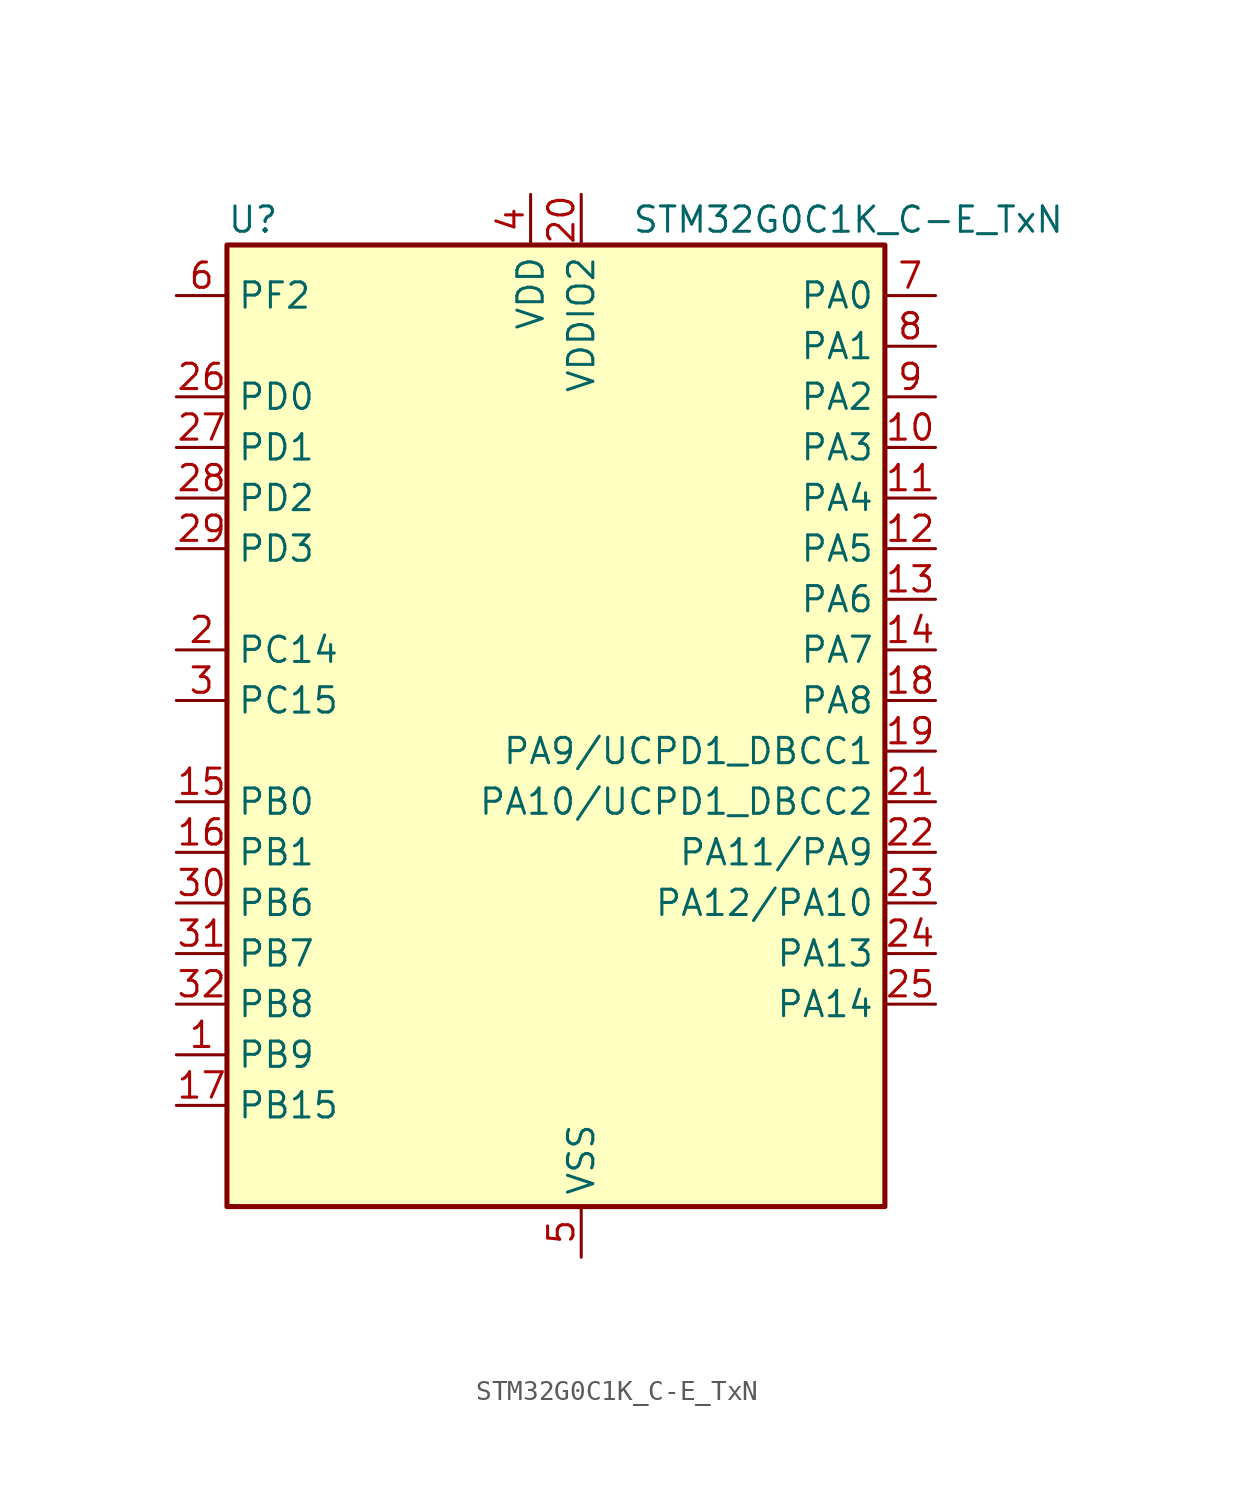
<source format=kicad_sym>
(kicad_symbol_lib
  (version 20211014)
  (generator kicad-library-utils)
  (symbol "STM32G0C1K_C-E_TxN"
    (property "Reference" "U"
      (at -15.24 26.67 0)
      (effects (font (size 1.27 1.27)) (justify left)))
    (property "Value" "STM32G0C1K_C-E_TxN"
      (at 5.08 26.67 0)
      (effects (font (size 1.27 1.27)) (justify left)))
    (property "ki_fp_filters" "LQFP*7x7mm*P0.8mm*"
      (at 0.0 0.0 0.0)
      (effects (font (size 1.27 1.27))))
    (symbol "STM32G0C1K_C-E_TxN_0_1"
      (rectangle (start -15.24 -22.86) (end 17.78 25.4) (stroke (width 0.254)) (fill (type background))))
    (symbol "STM32G0C1K_C-E_TxN_1_1"
      (pin bidirectional line (at -17.78 22.86 0) (length 2.54) (name "PF2" (effects (font (size 1.27 1.27)))) (number "6" (effects (font (size 1.27 1.27)))) (alternate "LPUART2_DE" bidirectional line) (alternate "LPUART2_RTS" bidirectional line) (alternate "LPUART2_TX" bidirectional line) (alternate "RCC_MCO" bidirectional line))
      (pin bidirectional line (at -17.78 17.78 0) (length 2.54) (name "PD0" (effects (font (size 1.27 1.27)))) (number "26" (effects (font (size 1.27 1.27)))) (alternate "FDCAN1_RX" bidirectional line) (alternate "I2S2_WS" bidirectional line) (alternate "SPI2_NSS" bidirectional line) (alternate "TIM16_CH1" bidirectional line) (alternate "UCPD2_CC1" bidirectional line))
      (pin bidirectional line (at -17.78 15.24 0) (length 2.54) (name "PD1" (effects (font (size 1.27 1.27)))) (number "27" (effects (font (size 1.27 1.27)))) (alternate "FDCAN1_TX" bidirectional line) (alternate "I2S2_CK" bidirectional line) (alternate "SPI2_SCK" bidirectional line) (alternate "TIM17_CH1" bidirectional line) (alternate "UCPD2_DBCC1" bidirectional line))
      (pin bidirectional line (at -17.78 12.7 0) (length 2.54) (name "PD2" (effects (font (size 1.27 1.27)))) (number "28" (effects (font (size 1.27 1.27)))) (alternate "TIM1_CH1N" bidirectional line) (alternate "TIM3_ETR" bidirectional line) (alternate "UCPD2_CC2" bidirectional line) (alternate "USART3_CK" bidirectional line) (alternate "USART3_DE" bidirectional line) (alternate "USART3_RTS" bidirectional line) (alternate "USART5_RX" bidirectional line))
      (pin bidirectional line (at -17.78 10.16 0) (length 2.54) (name "PD3" (effects (font (size 1.27 1.27)))) (number "29" (effects (font (size 1.27 1.27)))) (alternate "I2S2_MCK" bidirectional line) (alternate "SPI2_MISO" bidirectional line) (alternate "TIM1_CH2N" bidirectional line) (alternate "UCPD2_DBCC2" bidirectional line) (alternate "USART2_CTS" bidirectional line) (alternate "USART2_NSS" bidirectional line) (alternate "USART5_TX" bidirectional line))
      (pin bidirectional line (at -17.78 5.08 0) (length 2.54) (name "PC14" (effects (font (size 1.27 1.27)))) (number "2" (effects (font (size 1.27 1.27)))) (alternate "RCC_OSC32_IN" bidirectional line) (alternate "RCC_OSC_IN" bidirectional line) (alternate "TIM1_BK2" bidirectional line))
      (pin bidirectional line (at -17.78 2.54 0) (length 2.54) (name "PC15" (effects (font (size 1.27 1.27)))) (number "3" (effects (font (size 1.27 1.27)))) (alternate "RCC_OSC32_EN" bidirectional line) (alternate "RCC_OSC32_OUT" bidirectional line) (alternate "RCC_OSC_EN" bidirectional line) (alternate "TIM15_BK" bidirectional line))
      (pin bidirectional line (at -17.78 -2.54 0) (length 2.54) (name "PB0" (effects (font (size 1.27 1.27)))) (number "15" (effects (font (size 1.27 1.27)))) (alternate "ADC1_IN8" bidirectional line) (alternate "COMP1_OUT" bidirectional line) (alternate "COMP3_INP" bidirectional line) (alternate "FDCAN2_RX" bidirectional line) (alternate "I2S1_WS" bidirectional line) (alternate "LPTIM1_OUT" bidirectional line) (alternate "LPUART2_CTS" bidirectional line) (alternate "SPI1_NSS" bidirectional line) (alternate "TIM1_CH2N" bidirectional line) (alternate "TIM3_CH3" bidirectional line) (alternate "UCPD1_FRSTX1" bidirectional line) (alternate "UCPD1_FRSTX2" bidirectional line) (alternate "USART3_RX" bidirectional line) (alternate "USART5_TX" bidirectional line))
      (pin bidirectional line (at -17.78 -5.08 0) (length 2.54) (name "PB1" (effects (font (size 1.27 1.27)))) (number "16" (effects (font (size 1.27 1.27)))) (alternate "ADC1_IN9" bidirectional line) (alternate "COMP1_INM" bidirectional line) (alternate "COMP3_OUT" bidirectional line) (alternate "FDCAN2_TX" bidirectional line) (alternate "LPTIM2_IN1" bidirectional line) (alternate "LPUART1_DE" bidirectional line) (alternate "LPUART1_RTS" bidirectional line) (alternate "LPUART2_DE" bidirectional line) (alternate "LPUART2_RTS" bidirectional line) (alternate "TIM14_CH1" bidirectional line) (alternate "TIM1_CH3N" bidirectional line) (alternate "TIM3_CH4" bidirectional line) (alternate "USART3_CK" bidirectional line) (alternate "USART3_DE" bidirectional line) (alternate "USART3_RTS" bidirectional line) (alternate "USART5_RX" bidirectional line))
      (pin bidirectional line (at -17.78 -7.62 0) (length 2.54) (name "PB6" (effects (font (size 1.27 1.27)))) (number "30" (effects (font (size 1.27 1.27)))) (alternate "COMP2_INP" bidirectional line) (alternate "FDCAN2_TX" bidirectional line) (alternate "I2C1_SCL" bidirectional line) (alternate "I2S2_MCK" bidirectional line) (alternate "LPTIM1_ETR" bidirectional line) (alternate "LPUART2_TX" bidirectional line) (alternate "SPI2_MISO" bidirectional line) (alternate "TIM16_CH1N" bidirectional line) (alternate "TIM1_CH3" bidirectional line) (alternate "TIM4_CH1" bidirectional line) (alternate "USART1_TX" bidirectional line) (alternate "USART5_CTS" bidirectional line) (alternate "USART5_NSS" bidirectional line))
      (pin bidirectional line (at -17.78 -10.16 0) (length 2.54) (name "PB7" (effects (font (size 1.27 1.27)))) (number "31" (effects (font (size 1.27 1.27)))) (alternate "COMP2_INM" bidirectional line) (alternate "I2C1_SDA" bidirectional line) (alternate "I2S2_SD" bidirectional line) (alternate "LPTIM1_IN2" bidirectional line) (alternate "LPUART2_RX" bidirectional line) (alternate "SPI2_MOSI" bidirectional line) (alternate "SYS_PVD_IN" bidirectional line) (alternate "TIM17_CH1N" bidirectional line) (alternate "TIM4_CH2" bidirectional line) (alternate "USART1_RX" bidirectional line) (alternate "USART4_CTS" bidirectional line) (alternate "USART4_NSS" bidirectional line))
      (pin bidirectional line (at -17.78 -12.7 0) (length 2.54) (name "PB8" (effects (font (size 1.27 1.27)))) (number "32" (effects (font (size 1.27 1.27)))) (alternate "CEC" bidirectional line) (alternate "FDCAN1_RX" bidirectional line) (alternate "I2C1_SCL" bidirectional line) (alternate "I2S2_CK" bidirectional line) (alternate "SPI2_SCK" bidirectional line) (alternate "TIM15_BK" bidirectional line) (alternate "TIM16_CH1" bidirectional line) (alternate "TIM4_CH3" bidirectional line) (alternate "USART3_TX" bidirectional line) (alternate "USART6_TX" bidirectional line))
      (pin bidirectional line (at -17.78 -15.24 0) (length 2.54) (name "PB9" (effects (font (size 1.27 1.27)))) (number "1" (effects (font (size 1.27 1.27)))) (alternate "DAC1_EXTI9" bidirectional line) (alternate "FDCAN1_TX" bidirectional line) (alternate "I2C1_SDA" bidirectional line) (alternate "I2S2_WS" bidirectional line) (alternate "IR_OUT" bidirectional line) (alternate "SPI2_NSS" bidirectional line) (alternate "TIM17_CH1" bidirectional line) (alternate "TIM4_CH4" bidirectional line) (alternate "UCPD2_FRSTX1" bidirectional line) (alternate "UCPD2_FRSTX2" bidirectional line) (alternate "USART3_RX" bidirectional line) (alternate "USART6_RX" bidirectional line))
      (pin bidirectional line (at -17.78 -17.78 0) (length 2.54) (name "PB15" (effects (font (size 1.27 1.27)))) (number "17" (effects (font (size 1.27 1.27)))) (alternate "I2S2_SD" bidirectional line) (alternate "RTC_REFIN" bidirectional line) (alternate "SPI2_MOSI" bidirectional line) (alternate "TIM15_CH1N" bidirectional line) (alternate "TIM15_CH2" bidirectional line) (alternate "TIM1_CH3N" bidirectional line) (alternate "UCPD1_CC2" bidirectional line) (alternate "USART6_CTS" bidirectional line) (alternate "USART6_NSS" bidirectional line))
      (pin bidirectional line (at 20.32 22.86 180) (length 2.54) (name "PA0" (effects (font (size 1.27 1.27)))) (number "7" (effects (font (size 1.27 1.27)))) (alternate "ADC1_IN0" bidirectional line) (alternate "COMP1_INM" bidirectional line) (alternate "COMP1_OUT" bidirectional line) (alternate "I2S2_CK" bidirectional line) (alternate "LPTIM1_OUT" bidirectional line) (alternate "RTC_TAMP_IN2" bidirectional line) (alternate "SPI2_SCK" bidirectional line) (alternate "SYS_WKUP1" bidirectional line) (alternate "TIM2_CH1" bidirectional line) (alternate "TIM2_ETR" bidirectional line) (alternate "UCPD2_FRSTX1" bidirectional line) (alternate "UCPD2_FRSTX2" bidirectional line) (alternate "USART2_CTS" bidirectional line) (alternate "USART2_NSS" bidirectional line) (alternate "USART4_TX" bidirectional line))
      (pin bidirectional line (at 20.32 20.32 180) (length 2.54) (name "PA1" (effects (font (size 1.27 1.27)))) (number "8" (effects (font (size 1.27 1.27)))) (alternate "ADC1_IN1" bidirectional line) (alternate "COMP1_INP" bidirectional line) (alternate "I2C1_SMBA" bidirectional line) (alternate "I2S1_CK" bidirectional line) (alternate "SPI1_SCK" bidirectional line) (alternate "TIM15_CH1N" bidirectional line) (alternate "TIM2_CH2" bidirectional line) (alternate "USART2_CK" bidirectional line) (alternate "USART2_DE" bidirectional line) (alternate "USART2_RTS" bidirectional line) (alternate "USART4_RX" bidirectional line))
      (pin bidirectional line (at 20.32 17.78 180) (length 2.54) (name "PA2" (effects (font (size 1.27 1.27)))) (number "9" (effects (font (size 1.27 1.27)))) (alternate "ADC1_IN2" bidirectional line) (alternate "COMP2_INM" bidirectional line) (alternate "COMP2_OUT" bidirectional line) (alternate "I2S1_SD" bidirectional line) (alternate "LPUART1_TX" bidirectional line) (alternate "RCC_LSCO" bidirectional line) (alternate "SPI1_MOSI" bidirectional line) (alternate "SYS_WKUP4" bidirectional line) (alternate "TIM15_CH1" bidirectional line) (alternate "TIM2_CH3" bidirectional line) (alternate "UCPD1_FRSTX1" bidirectional line) (alternate "UCPD1_FRSTX2" bidirectional line) (alternate "USART2_TX" bidirectional line))
      (pin bidirectional line (at 20.32 15.24 180) (length 2.54) (name "PA3" (effects (font (size 1.27 1.27)))) (number "10" (effects (font (size 1.27 1.27)))) (alternate "ADC1_IN3" bidirectional line) (alternate "COMP2_INP" bidirectional line) (alternate "I2S2_MCK" bidirectional line) (alternate "LPUART1_RX" bidirectional line) (alternate "SPI2_MISO" bidirectional line) (alternate "TIM15_CH2" bidirectional line) (alternate "TIM2_CH4" bidirectional line) (alternate "UCPD2_FRSTX1" bidirectional line) (alternate "UCPD2_FRSTX2" bidirectional line) (alternate "USART2_RX" bidirectional line))
      (pin bidirectional line (at 20.32 12.7 180) (length 2.54) (name "PA4" (effects (font (size 1.27 1.27)))) (number "11" (effects (font (size 1.27 1.27)))) (alternate "ADC1_IN4" bidirectional line) (alternate "DAC1_OUT1" bidirectional line) (alternate "I2S1_WS" bidirectional line) (alternate "I2S2_SD" bidirectional line) (alternate "LPTIM2_OUT" bidirectional line) (alternate "RTC_OUT1" bidirectional line) (alternate "RTC_TAMP_IN1" bidirectional line) (alternate "RTC_TS" bidirectional line) (alternate "SPI1_NSS" bidirectional line) (alternate "SPI2_MOSI" bidirectional line) (alternate "SYS_WKUP2" bidirectional line) (alternate "TIM14_CH1" bidirectional line) (alternate "UCPD2_FRSTX1" bidirectional line) (alternate "UCPD2_FRSTX2" bidirectional line) (alternate "USART6_TX" bidirectional line) (alternate "USB_NOE" bidirectional line))
      (pin bidirectional line (at 20.32 10.16 180) (length 2.54) (name "PA5" (effects (font (size 1.27 1.27)))) (number "12" (effects (font (size 1.27 1.27)))) (alternate "ADC1_IN5" bidirectional line) (alternate "CEC" bidirectional line) (alternate "DAC1_OUT2" bidirectional line) (alternate "I2S1_CK" bidirectional line) (alternate "LPTIM2_ETR" bidirectional line) (alternate "SPI1_SCK" bidirectional line) (alternate "TIM2_CH1" bidirectional line) (alternate "TIM2_ETR" bidirectional line) (alternate "UCPD1_FRSTX1" bidirectional line) (alternate "UCPD1_FRSTX2" bidirectional line) (alternate "USART3_TX" bidirectional line) (alternate "USART6_RX" bidirectional line))
      (pin bidirectional line (at 20.32 7.62 180) (length 2.54) (name "PA6" (effects (font (size 1.27 1.27)))) (number "13" (effects (font (size 1.27 1.27)))) (alternate "ADC1_IN6" bidirectional line) (alternate "COMP1_OUT" bidirectional line) (alternate "I2C2_SDA" bidirectional line) (alternate "I2C3_SDA" bidirectional line) (alternate "I2S1_MCK" bidirectional line) (alternate "LPUART1_CTS" bidirectional line) (alternate "SPI1_MISO" bidirectional line) (alternate "TIM16_CH1" bidirectional line) (alternate "TIM1_BK" bidirectional line) (alternate "TIM3_CH1" bidirectional line) (alternate "USART3_CTS" bidirectional line) (alternate "USART3_NSS" bidirectional line) (alternate "USART6_CTS" bidirectional line) (alternate "USART6_NSS" bidirectional line))
      (pin bidirectional line (at 20.32 5.08 180) (length 2.54) (name "PA7" (effects (font (size 1.27 1.27)))) (number "14" (effects (font (size 1.27 1.27)))) (alternate "ADC1_IN7" bidirectional line) (alternate "COMP2_OUT" bidirectional line) (alternate "I2C2_SCL" bidirectional line) (alternate "I2C3_SCL" bidirectional line) (alternate "I2S1_SD" bidirectional line) (alternate "SPI1_MOSI" bidirectional line) (alternate "TIM14_CH1" bidirectional line) (alternate "TIM17_CH1" bidirectional line) (alternate "TIM1_CH1N" bidirectional line) (alternate "TIM3_CH2" bidirectional line) (alternate "UCPD1_FRSTX1" bidirectional line) (alternate "UCPD1_FRSTX2" bidirectional line) (alternate "USART6_CK" bidirectional line) (alternate "USART6_DE" bidirectional line) (alternate "USART6_RTS" bidirectional line))
      (pin bidirectional line (at 20.32 2.54 180) (length 2.54) (name "PA8" (effects (font (size 1.27 1.27)))) (number "18" (effects (font (size 1.27 1.27)))) (alternate "CRS1_SYNC" bidirectional line) (alternate "I2C2_SMBA" bidirectional line) (alternate "I2S2_WS" bidirectional line) (alternate "LPTIM2_OUT" bidirectional line) (alternate "RCC_MCO" bidirectional line) (alternate "SPI2_NSS" bidirectional line) (alternate "TIM1_CH1" bidirectional line) (alternate "UCPD1_CC1" bidirectional line))
      (pin bidirectional line (at 20.32 0.0 180) (length 2.54) (name "PA9/UCPD1_DBCC1" (effects (font (size 1.27 1.27)))) (number "19" (effects (font (size 1.27 1.27)))) (alternate "DAC1_EXTI9" bidirectional line) (alternate "I2C1_SCL" bidirectional line) (alternate "I2C2_SCL" bidirectional line) (alternate "I2S2_MCK" bidirectional line) (alternate "RCC_MCO" bidirectional line) (alternate "SPI2_MISO" bidirectional line) (alternate "TIM15_BK" bidirectional line) (alternate "TIM1_CH2" bidirectional line) (alternate "UCPD1_DBCC1" bidirectional line) (alternate "USART1_TX" bidirectional line))
      (pin bidirectional line (at 20.32 -2.54 180) (length 2.54) (name "PA10/UCPD1_DBCC2" (effects (font (size 1.27 1.27)))) (number "21" (effects (font (size 1.27 1.27)))) (alternate "I2C1_SDA" bidirectional line) (alternate "I2C2_SDA" bidirectional line) (alternate "I2S2_SD" bidirectional line) (alternate "RCC_MCO_2" bidirectional line) (alternate "SPI2_MOSI" bidirectional line) (alternate "TIM17_BK" bidirectional line) (alternate "TIM1_CH3" bidirectional line) (alternate "UCPD1_DBCC2" bidirectional line) (alternate "USART1_RX" bidirectional line))
      (pin bidirectional line (at 20.32 -5.08 180) (length 2.54) (name "PA11/PA9" (effects (font (size 1.27 1.27)))) (number "22" (effects (font (size 1.27 1.27)))) (alternate "ADC1_EXTI11" bidirectional line) (alternate "COMP1_OUT" bidirectional line) (alternate "FDCAN1_RX" bidirectional line) (alternate "I2C2_SCL" bidirectional line) (alternate "I2S1_MCK" bidirectional line) (alternate "SPI1_MISO" bidirectional line) (alternate "TIM1_BK2" bidirectional line) (alternate "TIM1_CH4" bidirectional line) (alternate "USART1_CTS" bidirectional line) (alternate "USART1_NSS" bidirectional line) (alternate "USB_DM" bidirectional line))
      (pin bidirectional line (at 20.32 -7.62 180) (length 2.54) (name "PA12/PA10" (effects (font (size 1.27 1.27)))) (number "23" (effects (font (size 1.27 1.27)))) (alternate "COMP2_OUT" bidirectional line) (alternate "FDCAN1_TX" bidirectional line) (alternate "I2C2_SDA" bidirectional line) (alternate "I2S1_SD" bidirectional line) (alternate "I2S_CKIN" bidirectional line) (alternate "SPI1_MOSI" bidirectional line) (alternate "TIM1_ETR" bidirectional line) (alternate "USART1_CK" bidirectional line) (alternate "USART1_DE" bidirectional line) (alternate "USART1_RTS" bidirectional line) (alternate "USB_DP" bidirectional line))
      (pin bidirectional line (at 20.32 -10.16 180) (length 2.54) (name "PA13" (effects (font (size 1.27 1.27)))) (number "24" (effects (font (size 1.27 1.27)))) (alternate "IR_OUT" bidirectional line) (alternate "LPUART2_RX" bidirectional line) (alternate "SYS_SWDIO" bidirectional line) (alternate "USB_NOE" bidirectional line))
      (pin bidirectional line (at 20.32 -12.7 180) (length 2.54) (name "PA14" (effects (font (size 1.27 1.27)))) (number "25" (effects (font (size 1.27 1.27)))) (alternate "LPUART2_TX" bidirectional line) (alternate "SYS_SWCLK" bidirectional line) (alternate "USART2_TX" bidirectional line))
      (pin power_in line (at 0.0 27.94 270) (length 2.54) (name "VDD" (effects (font (size 1.27 1.27)))) (number "4" (effects (font (size 1.27 1.27)))))
      (pin power_in line (at 2.54 27.94 270) (length 2.54) (name "VDDIO2" (effects (font (size 1.27 1.27)))) (number "20" (effects (font (size 1.27 1.27)))))
      (pin power_in line (at 2.54 -25.4 90) (length 2.54) (name "VSS" (effects (font (size 1.27 1.27)))) (number "5" (effects (font (size 1.27 1.27))))))))
</source>
